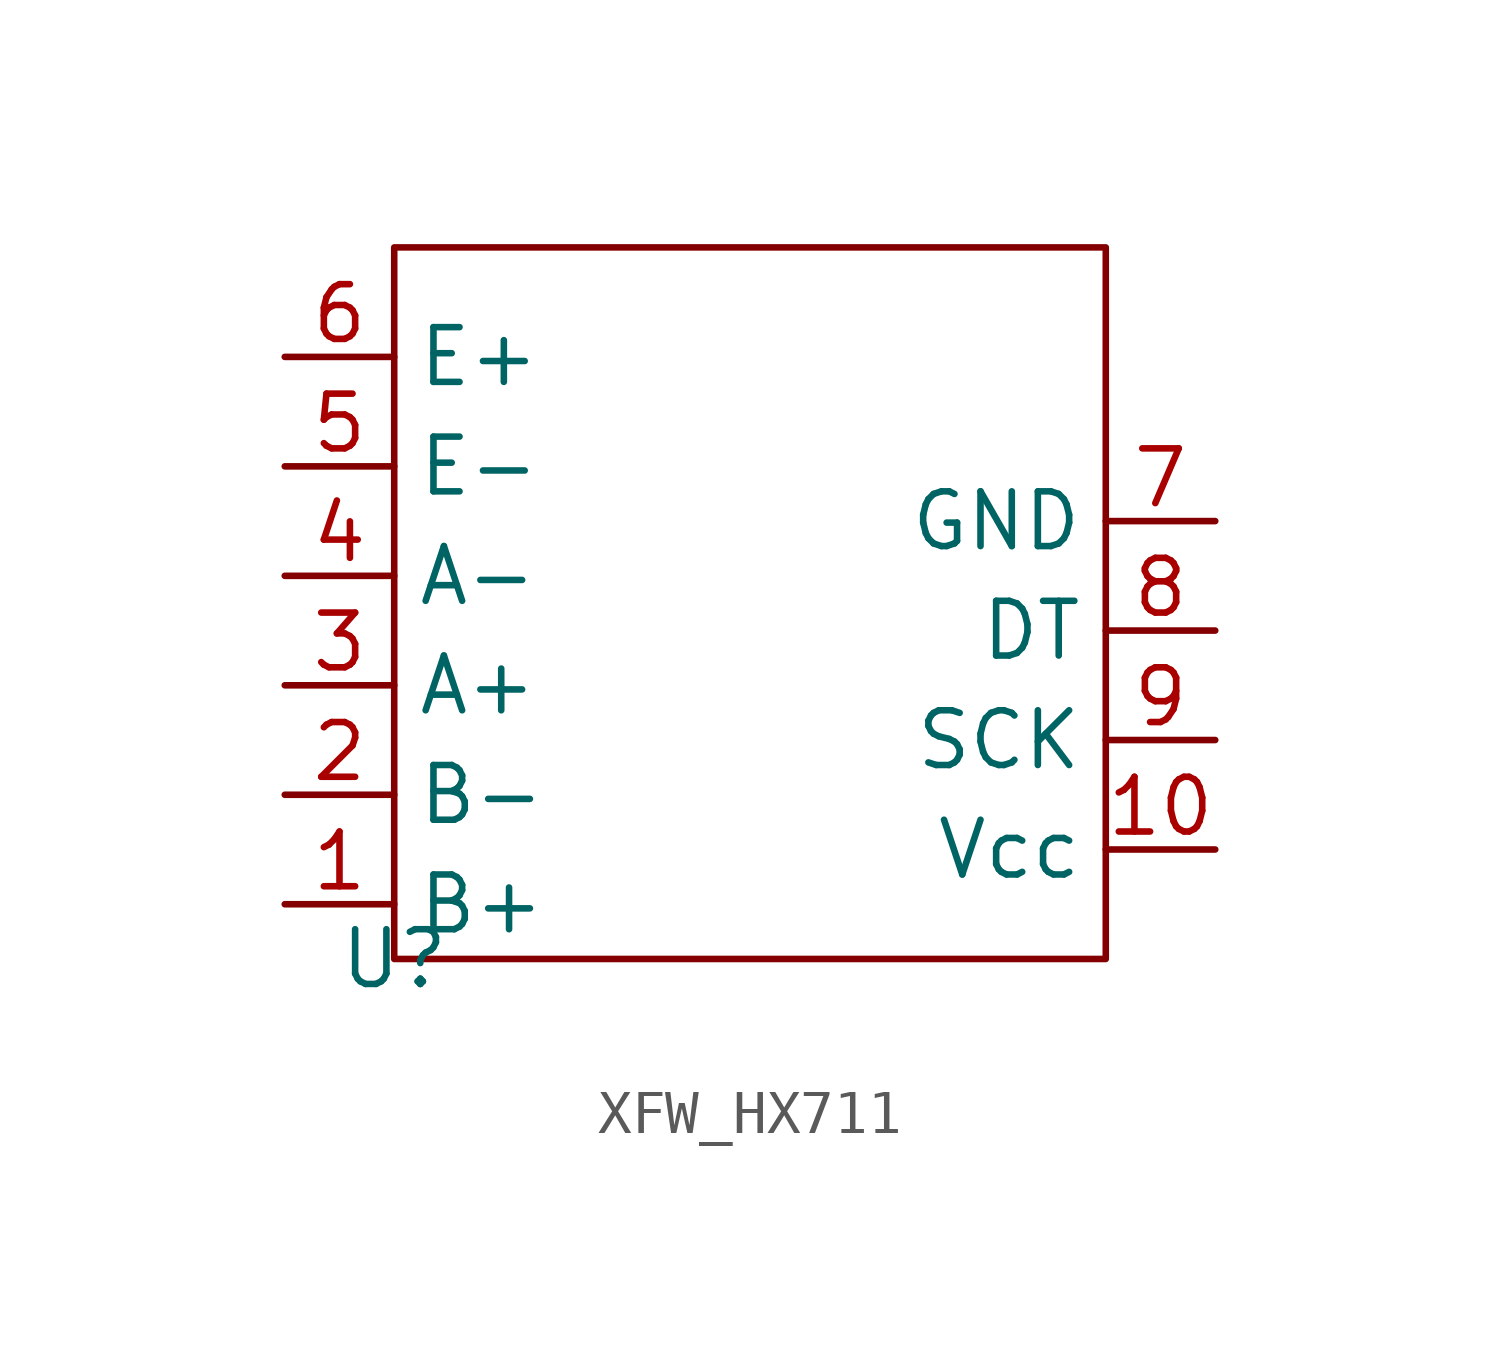
<source format=kicad_sym>
(kicad_symbol_lib
  (version 20241209)
  (generator "kicad_symbol_editor")
  (generator_version "9.0")
  (symbol "XFW_HX711"
    (property "Reference" "U"
      (at 0 0 0)
      (effects (font (size 1.27 1.27))))
    (property "Value" ""
      (at 0 0 0)
      (effects (font (size 1.27 1.27))))
    (symbol "XFW_HX711_0_1"
      (rectangle (start 0 16.51) (end 16.51 0) (stroke (width 0) (type default)) (fill (type none))))
    (symbol "XFW_HX711_1_1"
      (pin input line (at -2.54 13.97 0) (length 2.54) (name "E+" (effects (font (size 1.27 1.27)))) (number "6" (effects (font (size 1.27 1.27)))))
      (pin input line (at -2.54 11.43 0) (length 2.54) (name "E-" (effects (font (size 1.27 1.27)))) (number "5" (effects (font (size 1.27 1.27)))))
      (pin input line (at -2.54 8.89 0) (length 2.54) (name "A-" (effects (font (size 1.27 1.27)))) (number "4" (effects (font (size 1.27 1.27)))))
      (pin input line (at -2.54 6.35 0) (length 2.54) (name "A+" (effects (font (size 1.27 1.27)))) (number "3" (effects (font (size 1.27 1.27)))))
      (pin input line (at -2.54 3.81 0) (length 2.54) (name "B-" (effects (font (size 1.27 1.27)))) (number "2" (effects (font (size 1.27 1.27)))))
      (pin input line (at -2.54 1.27 0) (length 2.54) (name "B+" (effects (font (size 1.27 1.27)))) (number "1" (effects (font (size 1.27 1.27)))))
      (pin input line (at 19.05 10.16 180) (length 2.54) (name "GND" (effects (font (size 1.27 1.27)))) (number "7" (effects (font (size 1.27 1.27)))))
      (pin input line (at 19.05 7.62 180) (length 2.54) (name "DT" (effects (font (size 1.27 1.27)))) (number "8" (effects (font (size 1.27 1.27)))))
      (pin input line (at 19.05 5.08 180) (length 2.54) (name "SCK" (effects (font (size 1.27 1.27)))) (number "9" (effects (font (size 1.27 1.27)))))
      (pin input line (at 19.05 2.54 180) (length 2.54) (name "Vcc" (effects (font (size 1.27 1.27)))) (number "10" (effects (font (size 1.27 1.27))))))))
</source>
